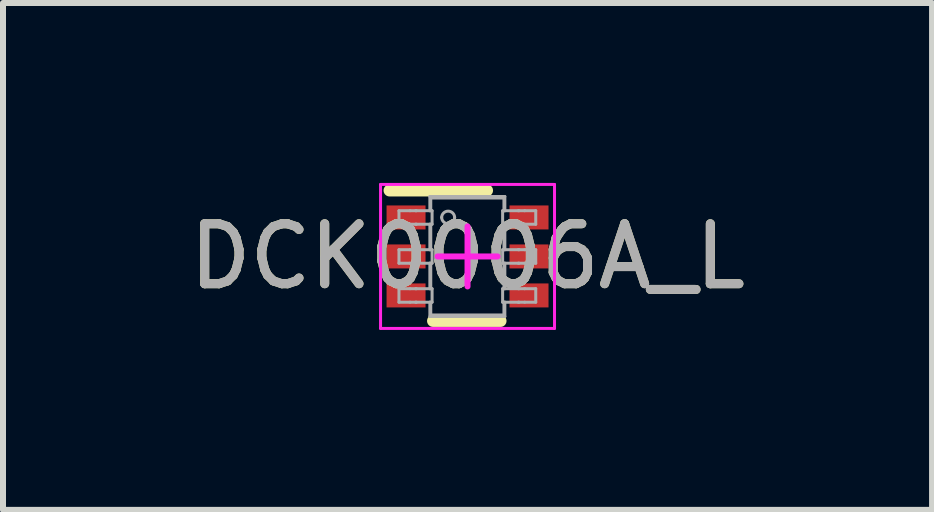
<source format=kicad_pcb>
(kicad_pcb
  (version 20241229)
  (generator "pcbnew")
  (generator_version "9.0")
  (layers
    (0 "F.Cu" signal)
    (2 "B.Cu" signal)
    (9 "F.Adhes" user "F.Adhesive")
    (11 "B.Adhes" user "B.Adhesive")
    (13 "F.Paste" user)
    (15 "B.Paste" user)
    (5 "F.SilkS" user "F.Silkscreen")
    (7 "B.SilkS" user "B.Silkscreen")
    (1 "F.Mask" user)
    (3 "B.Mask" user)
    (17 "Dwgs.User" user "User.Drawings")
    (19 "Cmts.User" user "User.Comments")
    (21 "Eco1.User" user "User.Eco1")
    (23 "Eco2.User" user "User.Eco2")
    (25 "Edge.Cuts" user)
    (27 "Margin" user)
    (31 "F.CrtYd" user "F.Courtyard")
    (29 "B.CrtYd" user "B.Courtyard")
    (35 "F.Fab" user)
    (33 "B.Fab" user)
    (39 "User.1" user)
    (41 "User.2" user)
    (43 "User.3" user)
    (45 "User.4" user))
  (footprint "DCK0006A_L"
    (layer "F.Cu")
    (at 4.744 1.225)
    (property "Reference" "DCK0006A_L" (at 0 0 0) (unlocked yes) (layer "F.SilkS") (effects (font (size 1 1) (thickness 0.15))))
    (attr smd)
    (fp_line (start -1.3 -1.1) (end 0.325 -1.1) (stroke (width 0.2) (type solid)) (layer "F.SilkS"))
    (fp_line (start -0.575 1.075) (end 0.55 1.075) (stroke (width 0.2) (type solid)) (layer "F.SilkS"))
    (fp_line (start -1.45 -1.2) (end 1.45 -1.2) (stroke (width 0.05) (type solid)) (layer "F.CrtYd"))
    (fp_line (start -1.45 1.2) (end -1.45 -1.2) (stroke (width 0.05) (type solid)) (layer "F.CrtYd"))
    (fp_line (start -1.45 1.2) (end 1.45 1.2) (stroke (width 0.05) (type solid)) (layer "F.CrtYd"))
    (fp_line (start -0.5 0) (end 0.5 0) (stroke (width 0.1) (type solid)) (layer "F.CrtYd"))
    (fp_line (start 0 0.5) (end 0 -0.5) (stroke (width 0.1) (type solid)) (layer "F.CrtYd"))
    (fp_line (start 1.45 1.2) (end 1.45 -1.2) (stroke (width 0.05) (type solid)) (layer "F.CrtYd"))
    (fp_line (start -1.143 -0.762) (end -0.959 -0.762) (stroke (width 0.05) (type solid)) (layer "F.Fab"))
    (fp_line (start -1.143 -0.537) (end -1.143 -0.762) (stroke (width 0.05) (type solid)) (layer "F.Fab"))
    (fp_line (start -1.143 -0.537) (end -0.959 -0.537) (stroke (width 0.05) (type solid)) (layer "F.Fab"))
    (fp_line (start -1.143 -0.112) (end -0.959 -0.112) (stroke (width 0.05) (type solid)) (layer "F.Fab"))
    (fp_line (start -1.143 0.113) (end -1.143 -0.112) (stroke (width 0.05) (type solid)) (layer "F.Fab"))
    (fp_line (start -1.143 0.113) (end -0.959 0.113) (stroke (width 0.05) (type solid)) (layer "F.Fab"))
    (fp_line (start -1.143 0.538) (end -0.959 0.538) (stroke (width 0.05) (type solid)) (layer "F.Fab"))
    (fp_line (start -1.143 0.763) (end -1.143 0.538) (stroke (width 0.05) (type solid)) (layer "F.Fab"))
    (fp_line (start -1.143 0.763) (end -0.959 0.763) (stroke (width 0.05) (type solid)) (layer "F.Fab"))
    (fp_line (start -0.959 -0.762) (end -0.865 -0.762) (stroke (width 0.05) (type solid)) (layer "F.Fab"))
    (fp_line (start -0.959 -0.537) (end -0.865 -0.537) (stroke (width 0.05) (type solid)) (layer "F.Fab"))
    (fp_line (start -0.959 -0.112) (end -0.865 -0.112) (stroke (width 0.05) (type solid)) (layer "F.Fab"))
    (fp_line (start -0.959 0.113) (end -0.865 0.113) (stroke (width 0.05) (type solid)) (layer "F.Fab"))
    (fp_line (start -0.959 0.538) (end -0.865 0.538) (stroke (width 0.05) (type solid)) (layer "F.Fab"))
    (fp_line (start -0.959 0.763) (end -0.865 0.763) (stroke (width 0.05) (type solid)) (layer "F.Fab"))
    (fp_line (start -0.865 -0.762) (end -0.853 -0.762) (stroke (width 0.05) (type solid)) (layer "F.Fab"))
    (fp_line (start -0.865 -0.537) (end -0.853 -0.537) (stroke (width 0.05) (type solid)) (layer "F.Fab"))
    (fp_line (start -0.865 -0.112) (end -0.853 -0.112) (stroke (width 0.05) (type solid)) (layer "F.Fab"))
    (fp_line (start -0.865 0.113) (end -0.853 0.113) (stroke (width 0.05) (type solid)) (layer "F.Fab"))
    (fp_line (start -0.865 0.538) (end -0.853 0.538) (stroke (width 0.05) (type solid)) (layer "F.Fab"))
    (fp_line (start -0.865 0.763) (end -0.853 0.763) (stroke (width 0.05) (type solid)) (layer "F.Fab"))
    (fp_line (start -0.853 -0.762) (end -0.628 -0.762) (stroke (width 0.05) (type solid)) (layer "F.Fab"))
    (fp_line (start -0.853 -0.537) (end -0.628 -0.537) (stroke (width 0.05) (type solid)) (layer "F.Fab"))
    (fp_line (start -0.853 -0.112) (end -0.628 -0.112) (stroke (width 0.05) (type solid)) (layer "F.Fab"))
    (fp_line (start -0.853 0.113) (end -0.628 0.113) (stroke (width 0.05) (type solid)) (layer "F.Fab"))
    (fp_line (start -0.853 0.538) (end -0.628 0.538) (stroke (width 0.05) (type solid)) (layer "F.Fab"))
    (fp_line (start -0.853 0.763) (end -0.628 0.763) (stroke (width 0.05) (type solid)) (layer "F.Fab"))
    (fp_line (start -0.628 -0.999) (end 0.622 -0.999) (stroke (width 0.05) (type solid)) (layer "F.Fab"))
    (fp_line (start -0.628 -0.762) (end -0.628 -0.999) (stroke (width 0.05) (type solid)) (layer "F.Fab"))
    (fp_line (start -0.628 -0.762) (end -0.591 -0.762) (stroke (width 0.05) (type solid)) (layer "F.Fab"))
    (fp_line (start -0.628 -0.537) (end -0.591 -0.537) (stroke (width 0.05) (type solid)) (layer "F.Fab"))
    (fp_line (start -0.628 -0.112) (end -0.628 -0.537) (stroke (width 0.05) (type solid)) (layer "F.Fab"))
    (fp_line (start -0.628 -0.112) (end -0.591 -0.112) (stroke (width 0.05) (type solid)) (layer "F.Fab"))
    (fp_line (start -0.628 0.113) (end -0.591 0.113) (stroke (width 0.05) (type solid)) (layer "F.Fab"))
    (fp_line (start -0.628 0.538) (end -0.628 0.113) (stroke (width 0.05) (type solid)) (layer "F.Fab"))
    (fp_line (start -0.628 0.538) (end -0.591 0.538) (stroke (width 0.05) (type solid)) (layer "F.Fab"))
    (fp_line (start -0.628 0.763) (end -0.591 0.763) (stroke (width 0.05) (type solid)) (layer "F.Fab"))
    (fp_line (start -0.628 1.001) (end -0.628 0.763) (stroke (width 0.05) (type solid)) (layer "F.Fab"))
    (fp_line (start -0.628 1.001) (end 0.622 1.001) (stroke (width 0.05) (type solid)) (layer "F.Fab"))
    (fp_line (start -0.613 -0.974) (end 0.607 -0.974) (stroke (width 0.05) (type solid)) (layer "F.Fab"))
    (fp_line (start -0.613 -0.762) (end -0.613 -0.974) (stroke (width 0.05) (type solid)) (layer "F.Fab"))
    (fp_line (start -0.613 -0.112) (end -0.613 -0.537) (stroke (width 0.05) (type solid)) (layer "F.Fab"))
    (fp_line (start -0.613 0.538) (end -0.613 0.113) (stroke (width 0.05) (type solid)) (layer "F.Fab"))
    (fp_line (start -0.613 0.976) (end -0.613 0.763) (stroke (width 0.05) (type solid)) (layer "F.Fab"))
    (fp_line (start -0.613 0.976) (end 0.607 0.976) (stroke (width 0.05) (type solid)) (layer "F.Fab"))
    (fp_line (start -0.591 -0.537) (end -0.591 -0.762) (stroke (width 0.05) (type solid)) (layer "F.Fab"))
    (fp_line (start -0.591 0.113) (end -0.591 -0.112) (stroke (width 0.05) (type solid)) (layer "F.Fab"))
    (fp_line (start -0.591 0.763) (end -0.591 0.538) (stroke (width 0.05) (type solid)) (layer "F.Fab"))
    (fp_line (start 0.585 -0.762) (end 0.622 -0.762) (stroke (width 0.05) (type solid)) (layer "F.Fab"))
    (fp_line (start 0.585 -0.537) (end 0.585 -0.762) (stroke (width 0.05) (type solid)) (layer "F.Fab"))
    (fp_line (start 0.585 -0.537) (end 0.622 -0.537) (stroke (width 0.05) (type solid)) (layer "F.Fab"))
    (fp_line (start 0.585 -0.112) (end 0.622 -0.112) (stroke (width 0.05) (type solid)) (layer "F.Fab"))
    (fp_line (start 0.585 0.113) (end 0.585 -0.112) (stroke (width 0.05) (type solid)) (layer "F.Fab"))
    (fp_line (start 0.585 0.113) (end 0.622 0.113) (stroke (width 0.05) (type solid)) (layer "F.Fab"))
    (fp_line (start 0.585 0.538) (end 0.622 0.538) (stroke (width 0.05) (type solid)) (layer "F.Fab"))
    (fp_line (start 0.585 0.763) (end 0.585 0.538) (stroke (width 0.05) (type solid)) (layer "F.Fab"))
    (fp_line (start 0.585 0.763) (end 0.622 0.763) (stroke (width 0.05) (type solid)) (layer "F.Fab"))
    (fp_line (start 0.607 -0.762) (end 0.607 -0.974) (stroke (width 0.05) (type solid)) (layer "F.Fab"))
    (fp_line (start 0.607 -0.112) (end 0.607 -0.537) (stroke (width 0.05) (type solid)) (layer "F.Fab"))
    (fp_line (start 0.607 0.538) (end 0.607 0.113) (stroke (width 0.05) (type solid)) (layer "F.Fab"))
    (fp_line (start 0.607 0.976) (end 0.607 0.763) (stroke (width 0.05) (type solid)) (layer "F.Fab"))
    (fp_line (start 0.622 -0.762) (end 0.622 -0.999) (stroke (width 0.05) (type solid)) (layer "F.Fab"))
    (fp_line (start 0.622 -0.762) (end 0.847 -0.762) (stroke (width 0.05) (type solid)) (layer "F.Fab"))
    (fp_line (start 0.622 -0.537) (end 0.847 -0.537) (stroke (width 0.05) (type solid)) (layer "F.Fab"))
    (fp_line (start 0.622 -0.112) (end 0.622 -0.537) (stroke (width 0.05) (type solid)) (layer "F.Fab"))
    (fp_line (start 0.622 -0.112) (end 0.847 -0.112) (stroke (width 0.05) (type solid)) (layer "F.Fab"))
    (fp_line (start 0.622 0.113) (end 0.847 0.113) (stroke (width 0.05) (type solid)) (layer "F.Fab"))
    (fp_line (start 0.622 0.538) (end 0.622 0.113) (stroke (width 0.05) (type solid)) (layer "F.Fab"))
    (fp_line (start 0.622 0.538) (end 0.847 0.538) (stroke (width 0.05) (type solid)) (layer "F.Fab"))
    (fp_line (start 0.622 0.763) (end 0.847 0.763) (stroke (width 0.05) (type solid)) (layer "F.Fab"))
    (fp_line (start 0.622 1.001) (end 0.622 0.763) (stroke (width 0.05) (type solid)) (layer "F.Fab"))
    (fp_line (start 0.847 -0.762) (end 0.859 -0.762) (stroke (width 0.05) (type solid)) (layer "F.Fab"))
    (fp_line (start 0.847 -0.537) (end 0.859 -0.537) (stroke (width 0.05) (type solid)) (layer "F.Fab"))
    (fp_line (start 0.847 -0.112) (end 0.859 -0.112) (stroke (width 0.05) (type solid)) (layer "F.Fab"))
    (fp_line (start 0.847 0.113) (end 0.859 0.113) (stroke (width 0.05) (type solid)) (layer "F.Fab"))
    (fp_line (start 0.847 0.538) (end 0.859 0.538) (stroke (width 0.05) (type solid)) (layer "F.Fab"))
    (fp_line (start 0.847 0.763) (end 0.859 0.763) (stroke (width 0.05) (type solid)) (layer "F.Fab"))
    (fp_line (start 0.859 -0.762) (end 0.953 -0.762) (stroke (width 0.05) (type solid)) (layer "F.Fab"))
    (fp_line (start 0.859 -0.537) (end 0.953 -0.537) (stroke (width 0.05) (type solid)) (layer "F.Fab"))
    (fp_line (start 0.859 -0.112) (end 0.953 -0.112) (stroke (width 0.05) (type solid)) (layer "F.Fab"))
    (fp_line (start 0.859 0.113) (end 0.953 0.113) (stroke (width 0.05) (type solid)) (layer "F.Fab"))
    (fp_line (start 0.859 0.538) (end 0.953 0.538) (stroke (width 0.05) (type solid)) (layer "F.Fab"))
    (fp_line (start 0.859 0.763) (end 0.953 0.763) (stroke (width 0.05) (type solid)) (layer "F.Fab"))
    (fp_line (start 0.953 -0.762) (end 1.137 -0.762) (stroke (width 0.05) (type solid)) (layer "F.Fab"))
    (fp_line (start 0.953 -0.537) (end 1.137 -0.537) (stroke (width 0.05) (type solid)) (layer "F.Fab"))
    (fp_line (start 0.953 -0.112) (end 1.137 -0.112) (stroke (width 0.05) (type solid)) (layer "F.Fab"))
    (fp_line (start 0.953 0.113) (end 1.137 0.113) (stroke (width 0.05) (type solid)) (layer "F.Fab"))
    (fp_line (start 0.953 0.538) (end 1.137 0.538) (stroke (width 0.05) (type solid)) (layer "F.Fab"))
    (fp_line (start 0.953 0.763) (end 1.137 0.763) (stroke (width 0.05) (type solid)) (layer "F.Fab"))
    (fp_line (start 1.137 -0.537) (end 1.137 -0.762) (stroke (width 0.05) (type solid)) (layer "F.Fab"))
    (fp_line (start 1.137 0.113) (end 1.137 -0.112) (stroke (width 0.05) (type solid)) (layer "F.Fab"))
    (fp_line (start 1.137 0.763) (end 1.137 0.538) (stroke (width 0.05) (type solid)) (layer "F.Fab"))
    (fp_arc (start -0.431546 -0.650138) (mid -0.323177 -0.758507) (end -0.214808 -0.650138) (stroke (width 0.05) (type solid)) (layer "F.Fab"))
    (fp_arc (start -0.214808 -0.650138) (mid -0.323177 -0.541769) (end -0.431546 -0.650138) (stroke (width 0.05) (type solid)) (layer "F.Fab"))
    (fp_text user "${REFERENCE}" (at 0 0 0) (unlocked yes) (layer "F.Fab") (effects (font (size 1 1) (thickness 0.15))))
    (pad "1" smd rect (at -1.025 -0.65 90) (size 0.4 0.65) (layers "F.Cu" "F.Mask" "F.Paste"))
    (pad "2" smd rect (at -1.025 0 90) (size 0.4 0.65) (layers "F.Cu" "F.Mask" "F.Paste"))
    (pad "3" smd rect (at -1.025 0.65 90) (size 0.4 0.65) (layers "F.Cu" "F.Mask" "F.Paste"))
    (pad "4" smd rect (at 1.025 0.65 90) (size 0.4 0.65) (layers "F.Cu" "F.Mask" "F.Paste"))
    (pad "5" smd rect (at 1.025 0 90) (size 0.4 0.65) (layers "F.Cu" "F.Mask" "F.Paste"))
    (pad "6" smd rect (at 1.025 -0.65 90) (size 0.4 0.65) (layers "F.Cu" "F.Mask" "F.Paste")))
  (gr_rect
    (start -3 -3)
    (end 12.488 5.45)
    (stroke (width 0.1) (type default))
    (fill no)
    (layer "Edge.Cuts")))
</source>
